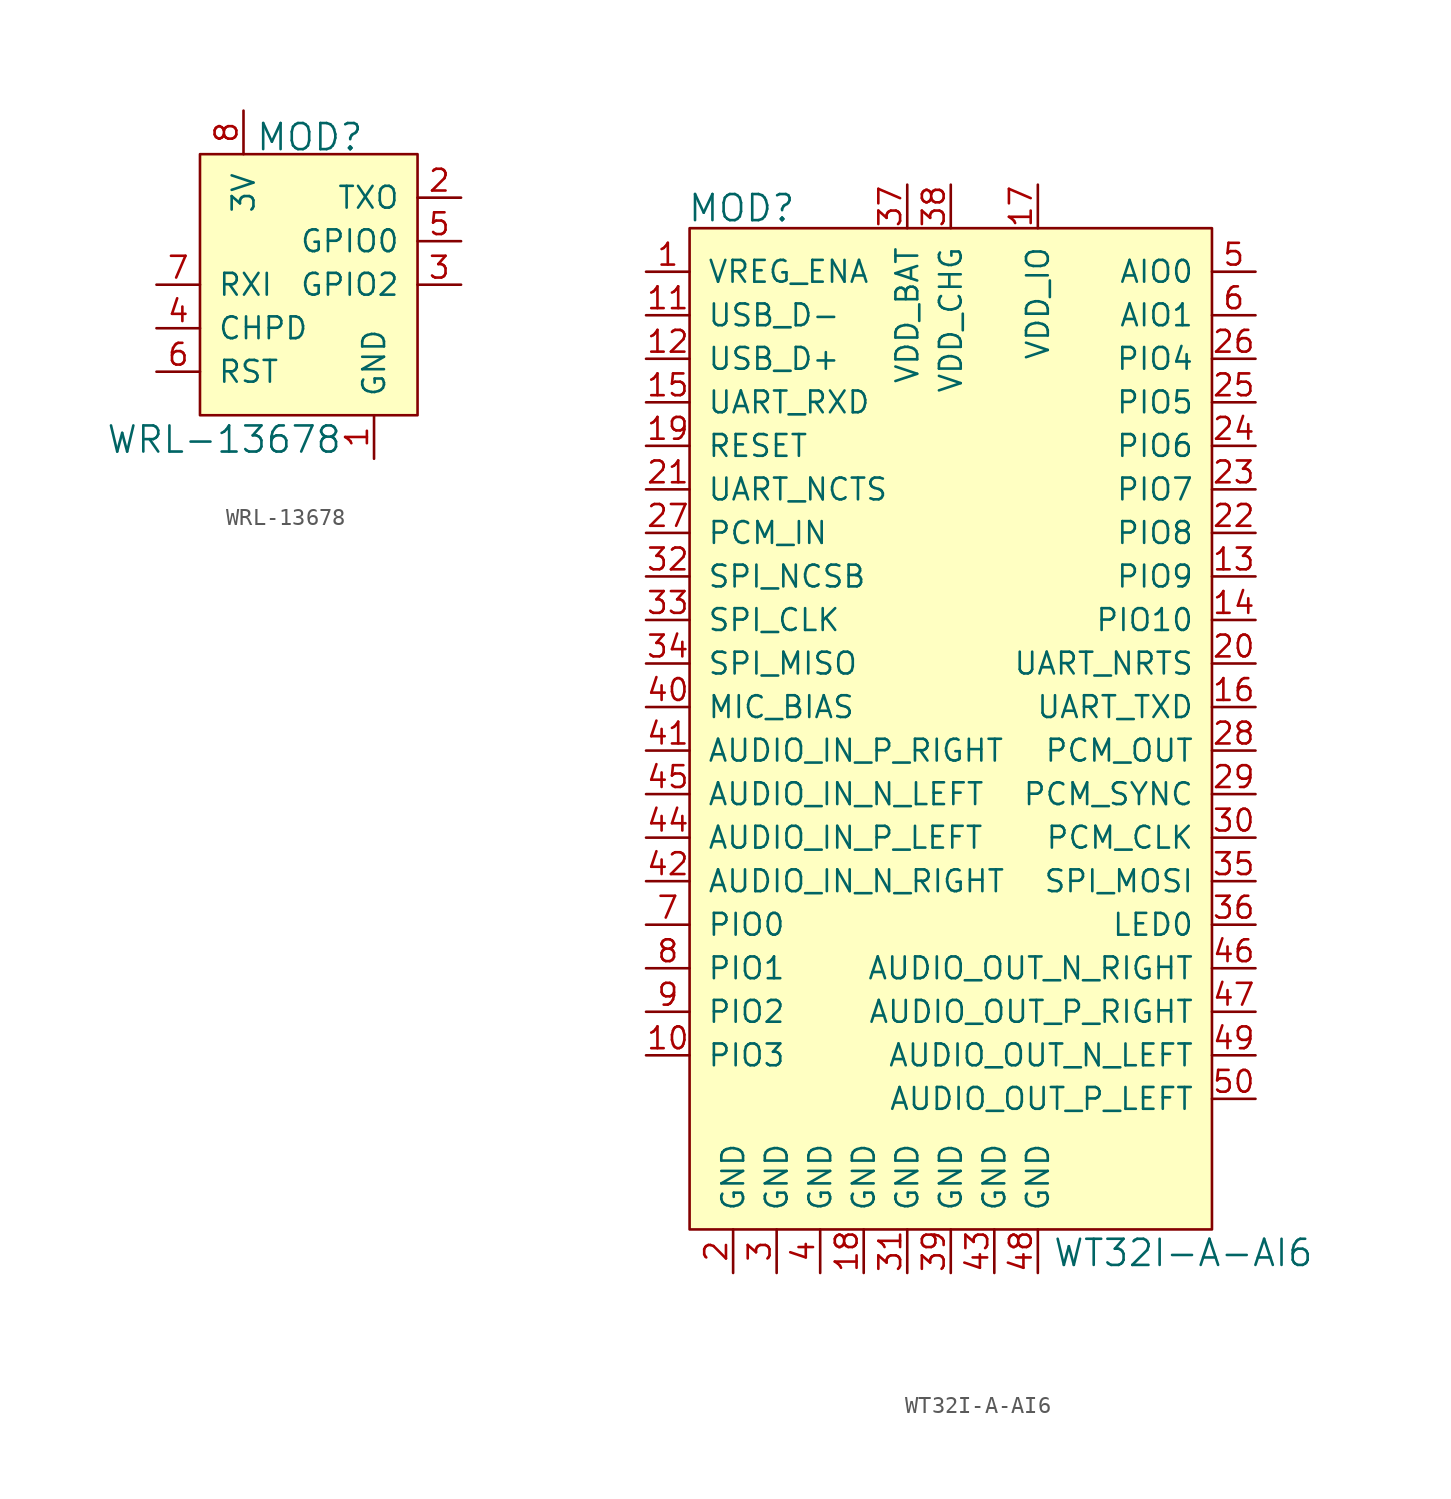
<source format=kicad_sym>
(kicad_symbol_lib
  (version 20231120)
  (generator "kicad_symbol_editor")
  (generator_version "8.0")
  (symbol "WRL-13678"
    (pin_names
      (offset 1.016))
    (property "Reference" "MOD"
      (at -1.854 6.071 0)
      (effects (font (size 1.524 1.524)) (justify left)))
    (property "Value" "WRL-13678"
      (at 3.251 -11.582 0)
      (effects (font (size 1.524 1.524)) (justify right)))
    (symbol "WRL-13678_0_1"
      (rectangle (start 7.62 5.08) (end -5.08 -10.16) (stroke (width 0) (type default)) (fill (type background))))
    (symbol "WRL-13678_1_1"
      (pin power_in line (at 5.08 -12.7 90) (length 2.54) (name "GND" (effects (font (size 1.27 1.27)))) (number "1" (effects (font (size 1.27 1.27)))))
      (pin output line (at 10.16 2.54 180) (length 2.54) (name "TXO" (effects (font (size 1.27 1.27)))) (number "2" (effects (font (size 1.27 1.27)))))
      (pin bidirectional line (at 10.16 -2.54 180) (length 2.54) (name "GPIO2" (effects (font (size 1.27 1.27)))) (number "3" (effects (font (size 1.27 1.27)))))
      (pin input line (at -7.62 -5.08 0) (length 2.54) (name "CHPD" (effects (font (size 1.27 1.27)))) (number "4" (effects (font (size 1.27 1.27)))))
      (pin bidirectional line (at 10.16 0 180) (length 2.54) (name "GPIO0" (effects (font (size 1.27 1.27)))) (number "5" (effects (font (size 1.27 1.27)))))
      (pin input line (at -7.62 -7.62 0) (length 2.54) (name "RST" (effects (font (size 1.27 1.27)))) (number "6" (effects (font (size 1.27 1.27)))))
      (pin input line (at -7.62 -2.54 0) (length 2.54) (name "RXI" (effects (font (size 1.27 1.27)))) (number "7" (effects (font (size 1.27 1.27)))))
      (pin power_in line (at -2.54 7.62 270) (length 2.54) (name "3V" (effects (font (size 1.27 1.27)))) (number "8" (effects (font (size 1.27 1.27)))))))
  (symbol "WT32I-A-AI6"
    (pin_names
      (offset 1.016))
    (property "Reference" "MOD"
      (at -9.017 18.948 0)
      (effects (font (size 1.524 1.524)) (justify right)))
    (property "Value" "WT32I-A-AI6"
      (at 5.918 -42.012 0)
      (effects (font (size 1.524 1.524)) (justify left)))
    (symbol "WT32I-A-AI6_0_1"
      (rectangle (start -15.24 17.78) (end 15.24 -40.64) (stroke (width 0) (type default)) (fill (type background))))
    (symbol "WT32I-A-AI6_1_1"
      (pin input line (at -17.78 15.24 0) (length 2.54) (name "VREG_ENA" (effects (font (size 1.27 1.27)))) (number "1" (effects (font (size 1.27 1.27)))))
      (pin bidirectional line (at -17.78 -30.48 0) (length 2.54) (name "PIO3" (effects (font (size 1.27 1.27)))) (number "10" (effects (font (size 1.27 1.27)))))
      (pin bidirectional line (at -17.78 12.7 0) (length 2.54) (name "USB_D-" (effects (font (size 1.27 1.27)))) (number "11" (effects (font (size 1.27 1.27)))))
      (pin bidirectional line (at -17.78 10.16 0) (length 2.54) (name "USB_D+" (effects (font (size 1.27 1.27)))) (number "12" (effects (font (size 1.27 1.27)))))
      (pin bidirectional line (at 17.78 -2.54 180) (length 2.54) (name "PIO9" (effects (font (size 1.27 1.27)))) (number "13" (effects (font (size 1.27 1.27)))))
      (pin bidirectional line (at 17.78 -5.08 180) (length 2.54) (name "PIO10" (effects (font (size 1.27 1.27)))) (number "14" (effects (font (size 1.27 1.27)))))
      (pin input line (at -17.78 7.62 0) (length 2.54) (name "UART_RXD" (effects (font (size 1.27 1.27)))) (number "15" (effects (font (size 1.27 1.27)))))
      (pin input line (at 17.78 -10.16 180) (length 2.54) (name "UART_TXD" (effects (font (size 1.27 1.27)))) (number "16" (effects (font (size 1.27 1.27)))))
      (pin power_in line (at 5.08 20.32 270) (length 2.54) (name "VDD_IO" (effects (font (size 1.27 1.27)))) (number "17" (effects (font (size 1.27 1.27)))))
      (pin power_in line (at -5.08 -43.18 90) (length 2.54) (name "GND" (effects (font (size 1.27 1.27)))) (number "18" (effects (font (size 1.27 1.27)))))
      (pin input line (at -17.78 5.08 0) (length 2.54) (name "RESET" (effects (font (size 1.27 1.27)))) (number "19" (effects (font (size 1.27 1.27)))))
      (pin power_in line (at -12.7 -43.18 90) (length 2.54) (name "GND" (effects (font (size 1.27 1.27)))) (number "2" (effects (font (size 1.27 1.27)))))
      (pin output line (at 17.78 -7.62 180) (length 2.54) (name "UART_NRTS" (effects (font (size 1.27 1.27)))) (number "20" (effects (font (size 1.27 1.27)))))
      (pin input line (at -17.78 2.54 0) (length 2.54) (name "UART_NCTS" (effects (font (size 1.27 1.27)))) (number "21" (effects (font (size 1.27 1.27)))))
      (pin bidirectional line (at 17.78 0 180) (length 2.54) (name "PIO8" (effects (font (size 1.27 1.27)))) (number "22" (effects (font (size 1.27 1.27)))))
      (pin bidirectional line (at 17.78 2.54 180) (length 2.54) (name "PIO7" (effects (font (size 1.27 1.27)))) (number "23" (effects (font (size 1.27 1.27)))))
      (pin bidirectional line (at 17.78 5.08 180) (length 2.54) (name "PIO6" (effects (font (size 1.27 1.27)))) (number "24" (effects (font (size 1.27 1.27)))))
      (pin bidirectional line (at 17.78 7.62 180) (length 2.54) (name "PIO5" (effects (font (size 1.27 1.27)))) (number "25" (effects (font (size 1.27 1.27)))))
      (pin bidirectional line (at 17.78 10.16 180) (length 2.54) (name "PIO4" (effects (font (size 1.27 1.27)))) (number "26" (effects (font (size 1.27 1.27)))))
      (pin input line (at -17.78 0 0) (length 2.54) (name "PCM_IN" (effects (font (size 1.27 1.27)))) (number "27" (effects (font (size 1.27 1.27)))))
      (pin output line (at 17.78 -12.7 180) (length 2.54) (name "PCM_OUT" (effects (font (size 1.27 1.27)))) (number "28" (effects (font (size 1.27 1.27)))))
      (pin bidirectional line (at 17.78 -15.24 180) (length 2.54) (name "PCM_SYNC" (effects (font (size 1.27 1.27)))) (number "29" (effects (font (size 1.27 1.27)))))
      (pin power_in line (at -10.16 -43.18 90) (length 2.54) (name "GND" (effects (font (size 1.27 1.27)))) (number "3" (effects (font (size 1.27 1.27)))))
      (pin bidirectional line (at 17.78 -17.78 180) (length 2.54) (name "PCM_CLK" (effects (font (size 1.27 1.27)))) (number "30" (effects (font (size 1.27 1.27)))))
      (pin power_in line (at -2.54 -43.18 90) (length 2.54) (name "GND" (effects (font (size 1.27 1.27)))) (number "31" (effects (font (size 1.27 1.27)))))
      (pin input line (at -17.78 -2.54 0) (length 2.54) (name "SPI_NCSB" (effects (font (size 1.27 1.27)))) (number "32" (effects (font (size 1.27 1.27)))))
      (pin input line (at -17.78 -5.08 0) (length 2.54) (name "SPI_CLK" (effects (font (size 1.27 1.27)))) (number "33" (effects (font (size 1.27 1.27)))))
      (pin input line (at -17.78 -7.62 0) (length 2.54) (name "SPI_MISO" (effects (font (size 1.27 1.27)))) (number "34" (effects (font (size 1.27 1.27)))))
      (pin output line (at 17.78 -20.32 180) (length 2.54) (name "SPI_MOSI" (effects (font (size 1.27 1.27)))) (number "35" (effects (font (size 1.27 1.27)))))
      (pin output line (at 17.78 -22.86 180) (length 2.54) (name "LED0" (effects (font (size 1.27 1.27)))) (number "36" (effects (font (size 1.27 1.27)))))
      (pin power_in line (at -2.54 20.32 270) (length 2.54) (name "VDD_BAT" (effects (font (size 1.27 1.27)))) (number "37" (effects (font (size 1.27 1.27)))))
      (pin power_in line (at 0 20.32 270) (length 2.54) (name "VDD_CHG" (effects (font (size 1.27 1.27)))) (number "38" (effects (font (size 1.27 1.27)))))
      (pin power_in line (at 0 -43.18 90) (length 2.54) (name "GND" (effects (font (size 1.27 1.27)))) (number "39" (effects (font (size 1.27 1.27)))))
      (pin power_in line (at -7.62 -43.18 90) (length 2.54) (name "GND" (effects (font (size 1.27 1.27)))) (number "4" (effects (font (size 1.27 1.27)))))
      (pin power_in line (at -17.78 -10.16 0) (length 2.54) (name "MIC_BIAS" (effects (font (size 1.27 1.27)))) (number "40" (effects (font (size 1.27 1.27)))))
      (pin input line (at -17.78 -12.7 0) (length 2.54) (name "AUDIO_IN_P_RIGHT" (effects (font (size 1.27 1.27)))) (number "41" (effects (font (size 1.27 1.27)))))
      (pin input line (at -17.78 -20.32 0) (length 2.54) (name "AUDIO_IN_N_RIGHT" (effects (font (size 1.27 1.27)))) (number "42" (effects (font (size 1.27 1.27)))))
      (pin power_in line (at 2.54 -43.18 90) (length 2.54) (name "GND" (effects (font (size 1.27 1.27)))) (number "43" (effects (font (size 1.27 1.27)))))
      (pin input line (at -17.78 -17.78 0) (length 2.54) (name "AUDIO_IN_P_LEFT" (effects (font (size 1.27 1.27)))) (number "44" (effects (font (size 1.27 1.27)))))
      (pin input line (at -17.78 -15.24 0) (length 2.54) (name "AUDIO_IN_N_LEFT" (effects (font (size 1.27 1.27)))) (number "45" (effects (font (size 1.27 1.27)))))
      (pin output line (at 17.78 -25.4 180) (length 2.54) (name "AUDIO_OUT_N_RIGHT" (effects (font (size 1.27 1.27)))) (number "46" (effects (font (size 1.27 1.27)))))
      (pin output line (at 17.78 -27.94 180) (length 2.54) (name "AUDIO_OUT_P_RIGHT" (effects (font (size 1.27 1.27)))) (number "47" (effects (font (size 1.27 1.27)))))
      (pin power_in line (at 5.08 -43.18 90) (length 2.54) (name "GND" (effects (font (size 1.27 1.27)))) (number "48" (effects (font (size 1.27 1.27)))))
      (pin output line (at 17.78 -30.48 180) (length 2.54) (name "AUDIO_OUT_N_LEFT" (effects (font (size 1.27 1.27)))) (number "49" (effects (font (size 1.27 1.27)))))
      (pin bidirectional line (at 17.78 15.24 180) (length 2.54) (name "AIO0" (effects (font (size 1.27 1.27)))) (number "5" (effects (font (size 1.27 1.27)))))
      (pin output line (at 17.78 -33.02 180) (length 2.54) (name "AUDIO_OUT_P_LEFT" (effects (font (size 1.27 1.27)))) (number "50" (effects (font (size 1.27 1.27)))))
      (pin bidirectional line (at 17.78 12.7 180) (length 2.54) (name "AIO1" (effects (font (size 1.27 1.27)))) (number "6" (effects (font (size 1.27 1.27)))))
      (pin bidirectional line (at -17.78 -22.86 0) (length 2.54) (name "PIO0" (effects (font (size 1.27 1.27)))) (number "7" (effects (font (size 1.27 1.27)))))
      (pin bidirectional line (at -17.78 -25.4 0) (length 2.54) (name "PIO1" (effects (font (size 1.27 1.27)))) (number "8" (effects (font (size 1.27 1.27)))))
      (pin bidirectional line (at -17.78 -27.94 0) (length 2.54) (name "PIO2" (effects (font (size 1.27 1.27)))) (number "9" (effects (font (size 1.27 1.27))))))))
</source>
